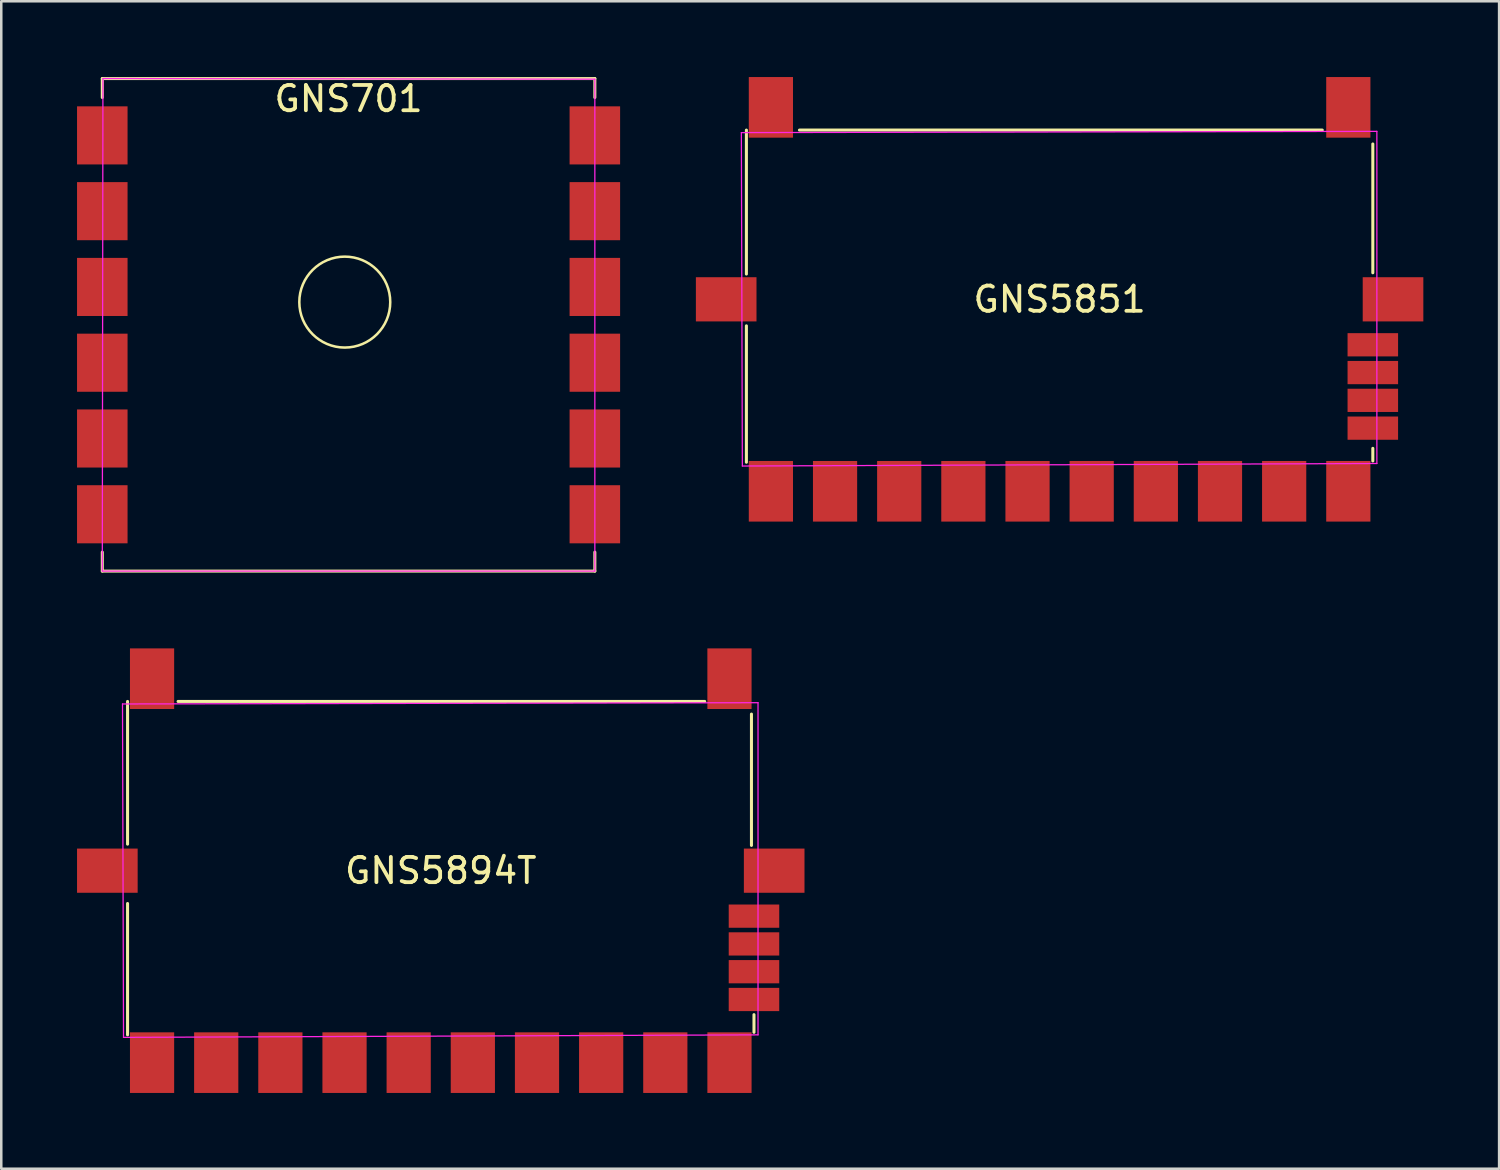
<source format=kicad_pcb>
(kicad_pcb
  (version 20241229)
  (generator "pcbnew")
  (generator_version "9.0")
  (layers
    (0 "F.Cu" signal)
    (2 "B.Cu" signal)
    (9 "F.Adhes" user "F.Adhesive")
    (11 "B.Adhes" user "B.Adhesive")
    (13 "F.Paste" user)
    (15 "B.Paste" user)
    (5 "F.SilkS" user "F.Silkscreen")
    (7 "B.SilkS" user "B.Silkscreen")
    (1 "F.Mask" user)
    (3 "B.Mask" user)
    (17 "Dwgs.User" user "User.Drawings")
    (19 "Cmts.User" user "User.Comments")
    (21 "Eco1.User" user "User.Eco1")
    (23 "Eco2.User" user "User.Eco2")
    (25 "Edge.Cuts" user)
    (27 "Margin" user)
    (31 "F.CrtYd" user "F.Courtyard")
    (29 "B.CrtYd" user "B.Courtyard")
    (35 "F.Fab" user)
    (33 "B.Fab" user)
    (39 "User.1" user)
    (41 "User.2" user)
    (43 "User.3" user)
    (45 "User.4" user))
  (footprint "GNS5894T"
    (layer "F.Cu")
    (at 14.4 31.42)
    (property "Reference" "GNS5894T" (at 0 0 0) (layer "F.SilkS") (effects (font (size 1 1) (thickness 0.15))))
    (attr smd)
    (fp_line (start -12.4 -1.05) (end -12.4 -6.7) (stroke (width 0.12) (type default)) (layer "F.SilkS"))
    (fp_line (start -12.4 1.3) (end -12.4 6.5) (stroke (width 0.12) (type default)) (layer "F.SilkS"))
    (fp_line (start -10.4 -6.7) (end 10.45 -6.7) (stroke (width 0.12) (type default)) (layer "F.SilkS"))
    (fp_line (start 12.3 -6.2) (end 12.3 -1) (stroke (width 0.12) (type default)) (layer "F.SilkS"))
    (fp_line (start 12.4 5.7) (end 12.4 6.4) (stroke (width 0.12) (type default)) (layer "F.SilkS"))
    (fp_line (start -12.6 -6.6) (end 12.56 -6.65) (stroke (width 0.05) (type default)) (layer "F.CrtYd"))
    (fp_line (start -12.56 6.6) (end -12.6 -6.6) (stroke (width 0.05) (type default)) (layer "F.CrtYd"))
    (fp_line (start 12.56 -6.65) (end 12.56 6.5) (stroke (width 0.05) (type default)) (layer "F.CrtYd"))
    (fp_line (start 12.56 6.5) (end -12.56 6.6) (stroke (width 0.05) (type default)) (layer "F.CrtYd"))
    (pad "" smd rect (at -13.2 0 90) (size 1.75 2.4) (layers "F.Cu" "F.Mask" "F.Paste"))
    (pad "" smd rect (at -11.43 -7.6) (size 1.75 2.4) (layers "F.Cu" "F.Mask" "F.Paste"))
    (pad "" smd rect (at 11.43 -7.6) (size 1.75 2.4) (layers "F.Cu" "F.Mask" "F.Paste"))
    (pad "" smd rect (at 13.2 0 90) (size 1.75 2.4) (layers "F.Cu" "F.Mask" "F.Paste"))
    (pad "1" smd rect (at -11.43 7.6) (size 1.75 2.4) (layers "F.Cu" "F.Mask" "F.Paste"))
    (pad "2" smd rect (at -8.89 7.6) (size 1.75 2.4) (layers "F.Cu" "F.Mask" "F.Paste"))
    (pad "3" smd rect (at -6.35 7.6) (size 1.75 2.4) (layers "F.Cu" "F.Mask" "F.Paste"))
    (pad "4" smd rect (at -3.81 7.6) (size 1.75 2.4) (layers "F.Cu" "F.Mask" "F.Paste"))
    (pad "5" smd rect (at -1.27 7.6) (size 1.75 2.4) (layers "F.Cu" "F.Mask" "F.Paste"))
    (pad "6" smd rect (at 1.27 7.6) (size 1.75 2.4) (layers "F.Cu" "F.Mask" "F.Paste"))
    (pad "7" smd rect (at 3.81 7.6) (size 1.75 2.4) (layers "F.Cu" "F.Mask" "F.Paste"))
    (pad "8" smd rect (at 6.35 7.6) (size 1.75 2.4) (layers "F.Cu" "F.Mask" "F.Paste"))
    (pad "9" smd rect (at 8.89 7.6) (size 1.75 2.4) (layers "F.Cu" "F.Mask" "F.Paste"))
    (pad "10" smd rect (at 11.43 7.6) (size 1.75 2.4) (layers "F.Cu" "F.Mask" "F.Paste"))
    (pad "11" smd rect (at 12.4 5.1 90) (size 0.92 2) (layers "F.Cu" "F.Mask" "F.Paste"))
    (pad "12" smd rect (at 12.4 4 90) (size 0.92 2) (layers "F.Cu" "F.Mask" "F.Paste"))
    (pad "13" smd rect (at 12.4 2.9 90) (size 0.92 2) (layers "F.Cu" "F.Mask" "F.Paste"))
    (pad "14" smd rect (at 12.4 1.8 90) (size 0.92 2) (layers "F.Cu" "F.Mask" "F.Paste")))
  (footprint "GNS701"
    (layer "F.Cu")
    (at 10.75 9.81)
    (property "Reference" "GNS701" (at 0 -8.95 0) (layer "F.SilkS") (effects (font (size 1 1) (thickness 0.15))))
    (attr smd)
    (fp_line (start -9.75 -9.75) (end 9.75 -9.75) (stroke (width 0.12) (type default)) (layer "F.SilkS"))
    (fp_line (start -9.75 -9) (end -9.75 -9.75) (stroke (width 0.12) (type default)) (layer "F.SilkS"))
    (fp_line (start -9.75 9.75) (end -9.75 9) (stroke (width 0.12) (type default)) (layer "F.SilkS"))
    (fp_line (start 9.75 -9) (end 9.75 -9.75) (stroke (width 0.12) (type default)) (layer "F.SilkS"))
    (fp_line (start 9.75 9.75) (end -9.75 9.75) (stroke (width 0.12) (type default)) (layer "F.SilkS"))
    (fp_line (start 9.75 9.75) (end 9.75 9) (stroke (width 0.12) (type default)) (layer "F.SilkS"))
    (fp_circle (center -0.15 -0.9) (end 1.65 -0.9) (stroke (width 0.1) (type default)) (fill no) (layer "F.SilkS"))
    (fp_line (start -9.75 9.75) (end -9.725 -9.75) (stroke (width 0.05) (type default)) (layer "F.CrtYd"))
    (fp_line (start -9.725 -9.75) (end 9.75 -9.725) (stroke (width 0.05) (type default)) (layer "F.CrtYd"))
    (fp_line (start 9.75 -9.725) (end 9.75 9.75) (stroke (width 0.05) (type default)) (layer "F.CrtYd"))
    (fp_line (start 9.75 9.75) (end -9.75 9.75) (stroke (width 0.05) (type default)) (layer "F.CrtYd"))
    (pad "1" smd rect (at -9.75 -7.5 270) (size 2.3 2) (layers "F.Cu" "F.Mask" "F.Paste"))
    (pad "2" smd rect (at -9.75 -4.5 270) (size 2.3 2) (layers "F.Cu" "F.Mask" "F.Paste"))
    (pad "3" smd rect (at -9.75 -1.5 270) (size 2.3 2) (layers "F.Cu" "F.Mask" "F.Paste"))
    (pad "4" smd rect (at -9.75 1.5 270) (size 2.3 2) (layers "F.Cu" "F.Mask" "F.Paste"))
    (pad "5" smd rect (at -9.75 4.5 270) (size 2.3 2) (layers "F.Cu" "F.Mask" "F.Paste"))
    (pad "6" smd rect (at -9.75 7.5 270) (size 2.3 2) (layers "F.Cu" "F.Mask" "F.Paste"))
    (pad "7" smd rect (at 9.75 7.5 270) (size 2.3 2) (layers "F.Cu" "F.Mask" "F.Paste"))
    (pad "8" smd rect (at 9.75 4.5 270) (size 2.3 2) (layers "F.Cu" "F.Mask" "F.Paste"))
    (pad "9" smd rect (at 9.75 1.5 270) (size 2.3 2) (layers "F.Cu" "F.Mask" "F.Paste"))
    (pad "10" smd rect (at 9.75 -1.5 270) (size 2.3 2) (layers "F.Cu" "F.Mask" "F.Paste"))
    (pad "11" smd rect (at 9.75 -4.5 270) (size 2.3 2) (layers "F.Cu" "F.Mask" "F.Paste"))
    (pad "12" smd rect (at 9.75 -7.5 270) (size 2.3 2) (layers "F.Cu" "F.Mask" "F.Paste")))
  (footprint "GNS5851"
    (layer "F.Cu")
    (at 38.9 8.8)
    (property "Reference" "GNS5851" (at 0 0 0) (layer "F.SilkS") (effects (font (size 1 1) (thickness 0.15))))
    (attr smd)
    (fp_line (start -12.4 -1) (end -12.4 -6.7) (stroke (width 0.12) (type default)) (layer "F.SilkS"))
    (fp_line (start -12.4 6.45) (end -12.4 1.05) (stroke (width 0.12) (type default)) (layer "F.SilkS"))
    (fp_line (start -10.3 -6.7) (end 10.4 -6.7) (stroke (width 0.12) (type default)) (layer "F.SilkS"))
    (fp_line (start 12.4 -6.15) (end 12.4 -1.05) (stroke (width 0.12) (type default)) (layer "F.SilkS"))
    (fp_line (start 12.4 6.4) (end 12.4 5.9) (stroke (width 0.12) (type default)) (layer "F.SilkS"))
    (fp_line (start -12.6 -6.6) (end 12.56 -6.65) (stroke (width 0.05) (type default)) (layer "F.CrtYd"))
    (fp_line (start -12.56 6.6) (end -12.6 -6.6) (stroke (width 0.05) (type default)) (layer "F.CrtYd"))
    (fp_line (start 12.56 -6.65) (end 12.56 6.5) (stroke (width 0.05) (type default)) (layer "F.CrtYd"))
    (fp_line (start 12.56 6.5) (end -12.56 6.6) (stroke (width 0.05) (type default)) (layer "F.CrtYd"))
    (pad "" smd rect (at -13.2 0 90) (size 1.75 2.4) (layers "F.Cu" "F.Mask" "F.Paste"))
    (pad "" smd rect (at -11.43 -7.6) (size 1.75 2.4) (layers "F.Cu" "F.Mask" "F.Paste"))
    (pad "" smd rect (at 11.43 -7.6) (size 1.75 2.4) (layers "F.Cu" "F.Mask" "F.Paste"))
    (pad "" smd rect (at 13.2 0 90) (size 1.75 2.4) (layers "F.Cu" "F.Mask" "F.Paste"))
    (pad "1" smd rect (at -11.43 7.6) (size 1.75 2.4) (layers "F.Cu" "F.Mask" "F.Paste"))
    (pad "2" smd rect (at -8.89 7.6) (size 1.75 2.4) (layers "F.Cu" "F.Mask" "F.Paste"))
    (pad "3" smd rect (at -6.35 7.6) (size 1.75 2.4) (layers "F.Cu" "F.Mask" "F.Paste"))
    (pad "4" smd rect (at -3.81 7.6) (size 1.75 2.4) (layers "F.Cu" "F.Mask" "F.Paste"))
    (pad "5" smd rect (at -1.27 7.6) (size 1.75 2.4) (layers "F.Cu" "F.Mask" "F.Paste"))
    (pad "6" smd rect (at 1.27 7.6) (size 1.75 2.4) (layers "F.Cu" "F.Mask" "F.Paste"))
    (pad "7" smd rect (at 3.81 7.6) (size 1.75 2.4) (layers "F.Cu" "F.Mask" "F.Paste"))
    (pad "8" smd rect (at 6.35 7.6) (size 1.75 2.4) (layers "F.Cu" "F.Mask" "F.Paste"))
    (pad "9" smd rect (at 8.89 7.6) (size 1.75 2.4) (layers "F.Cu" "F.Mask" "F.Paste"))
    (pad "10" smd rect (at 11.43 7.6) (size 1.75 2.4) (layers "F.Cu" "F.Mask" "F.Paste"))
    (pad "11" smd rect (at 12.4 5.1 90) (size 0.92 2) (layers "F.Cu" "F.Mask" "F.Paste"))
    (pad "12" smd rect (at 12.4 4 90) (size 0.92 2) (layers "F.Cu" "F.Mask" "F.Paste"))
    (pad "13" smd rect (at 12.4 2.9 90) (size 0.92 2) (layers "F.Cu" "F.Mask" "F.Paste"))
    (pad "14" smd rect (at 12.4 1.8 90) (size 0.92 2) (layers "F.Cu" "F.Mask" "F.Paste")))
  (gr_rect
    (start -3 -3)
    (end 56.3 43.22)
    (stroke (width 0.1) (type default))
    (fill no)
    (layer "Edge.Cuts")))
</source>
